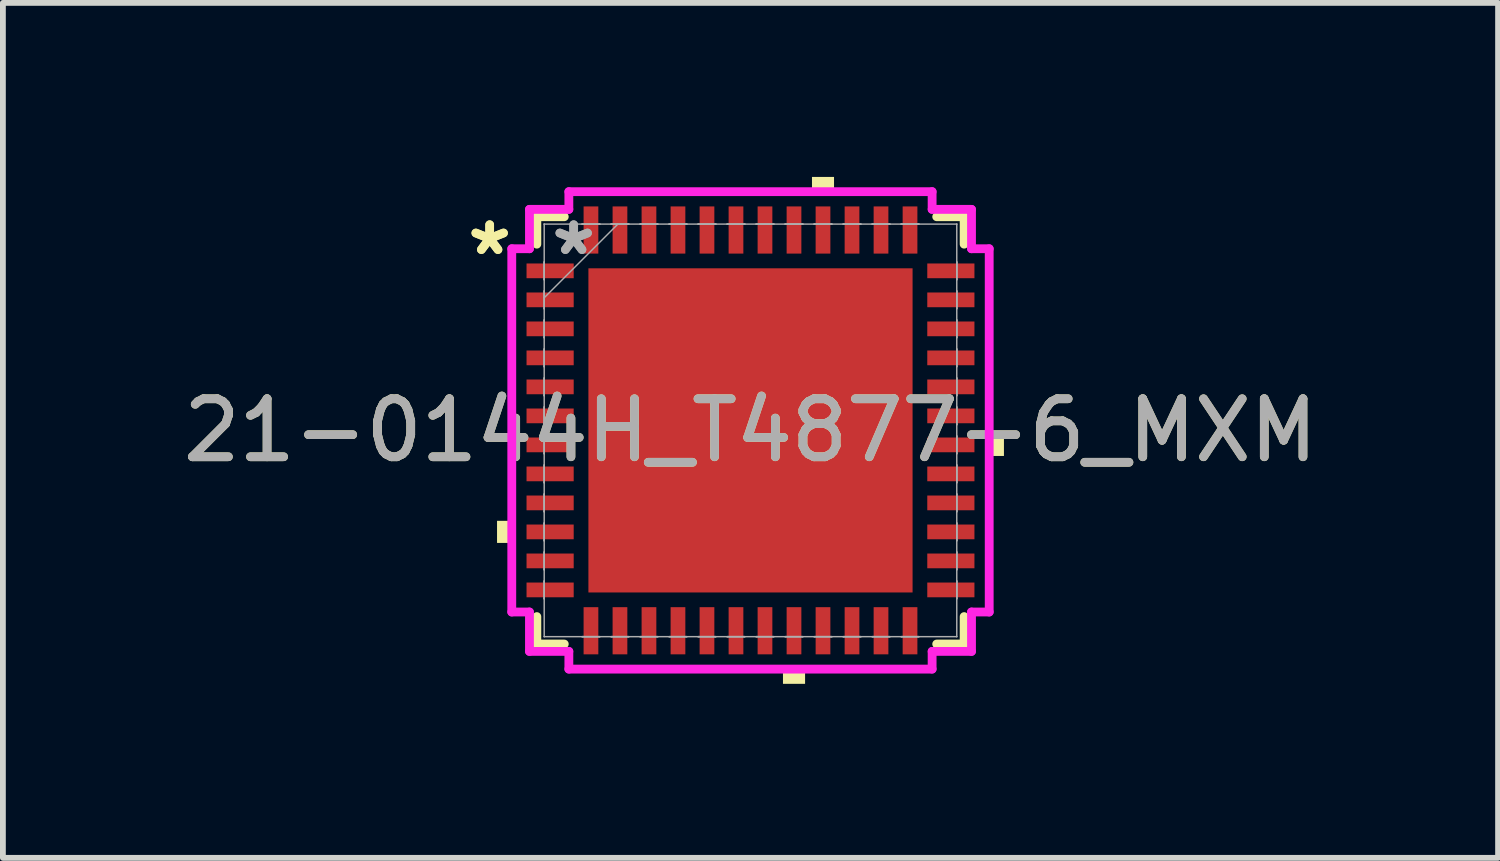
<source format=kicad_pcb>
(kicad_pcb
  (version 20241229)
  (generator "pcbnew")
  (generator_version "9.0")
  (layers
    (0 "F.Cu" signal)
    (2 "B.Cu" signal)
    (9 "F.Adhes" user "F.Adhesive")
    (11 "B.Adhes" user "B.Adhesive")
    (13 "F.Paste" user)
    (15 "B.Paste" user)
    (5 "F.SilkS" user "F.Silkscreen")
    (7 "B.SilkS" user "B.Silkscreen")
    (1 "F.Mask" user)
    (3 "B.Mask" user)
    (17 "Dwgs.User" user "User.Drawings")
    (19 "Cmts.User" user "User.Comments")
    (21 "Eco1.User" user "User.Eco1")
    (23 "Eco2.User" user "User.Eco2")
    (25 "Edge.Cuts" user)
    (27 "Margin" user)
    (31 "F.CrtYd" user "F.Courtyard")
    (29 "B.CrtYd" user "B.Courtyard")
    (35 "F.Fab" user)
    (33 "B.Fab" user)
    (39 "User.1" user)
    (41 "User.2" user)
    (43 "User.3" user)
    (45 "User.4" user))
  (footprint "21-0144H_T4877-6_MXM"
    (layer "F.Cu")
    (at 9.887 4.369)
    (property "Reference" "21-0144H_T4877-6_MXM" (at 0 0 0) (unlocked yes) (layer "F.SilkS") (effects (font (size 1 1) (thickness 0.15))))
    (attr smd)
    (fp_line (start -3.683 -3.683) (end -3.683 -3.21) (stroke (width 0.152) (type solid)) (layer "F.SilkS"))
    (fp_line (start -3.683 3.21) (end -3.683 3.683) (stroke (width 0.152) (type solid)) (layer "F.SilkS"))
    (fp_line (start -3.683 3.683) (end -3.21 3.683) (stroke (width 0.152) (type solid)) (layer "F.SilkS"))
    (fp_line (start -3.21 -3.683) (end -3.683 -3.683) (stroke (width 0.152) (type solid)) (layer "F.SilkS"))
    (fp_line (start 3.21 3.683) (end 3.683 3.683) (stroke (width 0.152) (type solid)) (layer "F.SilkS"))
    (fp_line (start 3.683 -3.683) (end 3.21 -3.683) (stroke (width 0.152) (type solid)) (layer "F.SilkS"))
    (fp_line (start 3.683 -3.21) (end 3.683 -3.683) (stroke (width 0.152) (type solid)) (layer "F.SilkS"))
    (fp_line (start 3.683 3.683) (end 3.683 3.21) (stroke (width 0.152) (type solid)) (layer "F.SilkS"))
    (fp_poly (pts (xy -4.369 1.559) (xy -4.369 1.94) (xy -4.115 1.94) (xy -4.115 1.559)) (stroke (width 0) (type solid)) (fill yes) (layer "F.SilkS"))
    (fp_poly (pts (xy 0.56 4.115) (xy 0.56 4.369) (xy 0.941 4.369) (xy 0.941 4.115)) (stroke (width 0) (type solid)) (fill yes) (layer "F.SilkS"))
    (fp_poly (pts (xy 1.06 -4.115) (xy 1.06 -4.369) (xy 1.44 -4.369) (xy 1.44 -4.115)) (stroke (width 0) (type solid)) (fill yes) (layer "F.SilkS"))
    (fp_poly (pts (xy 4.369 0.059) (xy 4.369 0.441) (xy 4.115 0.441) (xy 4.115 0.059)) (stroke (width 0) (type solid)) (fill yes) (layer "F.SilkS"))
    (fp_poly (pts (xy -2.694 -2.694) (xy -2.694 -1.497) (xy -1.497 -1.497) (xy -1.497 -2.694)) (stroke (width 0) (type solid)) (fill yes) (layer "F.Paste"))
    (fp_poly (pts (xy -2.694 -1.297) (xy -2.694 -0.1) (xy -1.497 -0.1) (xy -1.497 -1.297)) (stroke (width 0) (type solid)) (fill yes) (layer "F.Paste"))
    (fp_poly (pts (xy -2.694 0.1) (xy -2.694 1.297) (xy -1.497 1.297) (xy -1.497 0.1)) (stroke (width 0) (type solid)) (fill yes) (layer "F.Paste"))
    (fp_poly (pts (xy -2.694 1.497) (xy -2.694 2.694) (xy -1.497 2.694) (xy -1.497 1.497)) (stroke (width 0) (type solid)) (fill yes) (layer "F.Paste"))
    (fp_poly (pts (xy -1.297 -2.694) (xy -1.297 -1.497) (xy -0.1 -1.497) (xy -0.1 -2.694)) (stroke (width 0) (type solid)) (fill yes) (layer "F.Paste"))
    (fp_poly (pts (xy -1.297 -1.297) (xy -1.297 -0.1) (xy -0.1 -0.1) (xy -0.1 -1.297)) (stroke (width 0) (type solid)) (fill yes) (layer "F.Paste"))
    (fp_poly (pts (xy -1.297 0.1) (xy -1.297 1.297) (xy -0.1 1.297) (xy -0.1 0.1)) (stroke (width 0) (type solid)) (fill yes) (layer "F.Paste"))
    (fp_poly (pts (xy -1.297 1.497) (xy -1.297 2.694) (xy -0.1 2.694) (xy -0.1 1.497)) (stroke (width 0) (type solid)) (fill yes) (layer "F.Paste"))
    (fp_poly (pts (xy 0.1 -2.694) (xy 0.1 -1.497) (xy 1.297 -1.497) (xy 1.297 -2.694)) (stroke (width 0) (type solid)) (fill yes) (layer "F.Paste"))
    (fp_poly (pts (xy 0.1 -1.297) (xy 0.1 -0.1) (xy 1.297 -0.1) (xy 1.297 -1.297)) (stroke (width 0) (type solid)) (fill yes) (layer "F.Paste"))
    (fp_poly (pts (xy 0.1 0.1) (xy 0.1 1.297) (xy 1.297 1.297) (xy 1.297 0.1)) (stroke (width 0) (type solid)) (fill yes) (layer "F.Paste"))
    (fp_poly (pts (xy 0.1 1.497) (xy 0.1 2.694) (xy 1.297 2.694) (xy 1.297 1.497)) (stroke (width 0) (type solid)) (fill yes) (layer "F.Paste"))
    (fp_poly (pts (xy 1.497 -2.694) (xy 1.497 -1.497) (xy 2.694 -1.497) (xy 2.694 -2.694)) (stroke (width 0) (type solid)) (fill yes) (layer "F.Paste"))
    (fp_poly (pts (xy 1.497 -1.297) (xy 1.497 -0.1) (xy 2.694 -0.1) (xy 2.694 -1.297)) (stroke (width 0) (type solid)) (fill yes) (layer "F.Paste"))
    (fp_poly (pts (xy 1.497 0.1) (xy 1.497 1.297) (xy 2.694 1.297) (xy 2.694 0.1)) (stroke (width 0) (type solid)) (fill yes) (layer "F.Paste"))
    (fp_poly (pts (xy 1.497 1.497) (xy 1.497 2.694) (xy 2.694 2.694) (xy 2.694 1.497)) (stroke (width 0) (type solid)) (fill yes) (layer "F.Paste"))
    (fp_line (start -4.115 -3.131) (end -3.81 -3.131) (stroke (width 0.152) (type solid)) (layer "F.CrtYd"))
    (fp_line (start -4.115 3.131) (end -4.115 -3.131) (stroke (width 0.152) (type solid)) (layer "F.CrtYd"))
    (fp_line (start -3.81 -3.81) (end -3.131 -3.81) (stroke (width 0.152) (type solid)) (layer "F.CrtYd"))
    (fp_line (start -3.81 -3.131) (end -3.81 -3.81) (stroke (width 0.152) (type solid)) (layer "F.CrtYd"))
    (fp_line (start -3.81 3.131) (end -4.115 3.131) (stroke (width 0.152) (type solid)) (layer "F.CrtYd"))
    (fp_line (start -3.81 3.81) (end -3.81 3.131) (stroke (width 0.152) (type solid)) (layer "F.CrtYd"))
    (fp_line (start -3.131 -4.115) (end 3.131 -4.115) (stroke (width 0.152) (type solid)) (layer "F.CrtYd"))
    (fp_line (start -3.131 -3.81) (end -3.131 -4.115) (stroke (width 0.152) (type solid)) (layer "F.CrtYd"))
    (fp_line (start -3.131 3.81) (end -3.81 3.81) (stroke (width 0.152) (type solid)) (layer "F.CrtYd"))
    (fp_line (start -3.131 4.115) (end -3.131 3.81) (stroke (width 0.152) (type solid)) (layer "F.CrtYd"))
    (fp_line (start 3.131 -4.115) (end 3.131 -3.81) (stroke (width 0.152) (type solid)) (layer "F.CrtYd"))
    (fp_line (start 3.131 -3.81) (end 3.81 -3.81) (stroke (width 0.152) (type solid)) (layer "F.CrtYd"))
    (fp_line (start 3.131 3.81) (end 3.131 4.115) (stroke (width 0.152) (type solid)) (layer "F.CrtYd"))
    (fp_line (start 3.131 4.115) (end -3.131 4.115) (stroke (width 0.152) (type solid)) (layer "F.CrtYd"))
    (fp_line (start 3.81 -3.81) (end 3.81 -3.131) (stroke (width 0.152) (type solid)) (layer "F.CrtYd"))
    (fp_line (start 3.81 -3.131) (end 4.115 -3.131) (stroke (width 0.152) (type solid)) (layer "F.CrtYd"))
    (fp_line (start 3.81 3.131) (end 3.81 3.81) (stroke (width 0.152) (type solid)) (layer "F.CrtYd"))
    (fp_line (start 3.81 3.81) (end 3.131 3.81) (stroke (width 0.152) (type solid)) (layer "F.CrtYd"))
    (fp_line (start 4.115 -3.131) (end 4.115 3.131) (stroke (width 0.152) (type solid)) (layer "F.CrtYd"))
    (fp_line (start 4.115 3.131) (end 3.81 3.131) (stroke (width 0.152) (type solid)) (layer "F.CrtYd"))
    (fp_line (start -3.556 -3.556) (end -3.556 -3.556) (stroke (width 0.025) (type solid)) (layer "F.Fab"))
    (fp_line (start -3.556 -3.556) (end -3.556 3.556) (stroke (width 0.025) (type solid)) (layer "F.Fab"))
    (fp_line (start -3.556 -2.902) (end -3.556 -2.902) (stroke (width 0.025) (type solid)) (layer "F.Fab"))
    (fp_line (start -3.556 -2.902) (end -3.556 -2.598) (stroke (width 0.025) (type solid)) (layer "F.Fab"))
    (fp_line (start -3.556 -2.598) (end -3.556 -2.902) (stroke (width 0.025) (type solid)) (layer "F.Fab"))
    (fp_line (start -3.556 -2.598) (end -3.556 -2.598) (stroke (width 0.025) (type solid)) (layer "F.Fab"))
    (fp_line (start -3.556 -2.402) (end -3.556 -2.402) (stroke (width 0.025) (type solid)) (layer "F.Fab"))
    (fp_line (start -3.556 -2.402) (end -3.556 -2.098) (stroke (width 0.025) (type solid)) (layer "F.Fab"))
    (fp_line (start -3.556 -2.286) (end -2.286 -3.556) (stroke (width 0.025) (type solid)) (layer "F.Fab"))
    (fp_line (start -3.556 -2.098) (end -3.556 -2.402) (stroke (width 0.025) (type solid)) (layer "F.Fab"))
    (fp_line (start -3.556 -2.098) (end -3.556 -2.098) (stroke (width 0.025) (type solid)) (layer "F.Fab"))
    (fp_line (start -3.556 -1.902) (end -3.556 -1.902) (stroke (width 0.025) (type solid)) (layer "F.Fab"))
    (fp_line (start -3.556 -1.902) (end -3.556 -1.598) (stroke (width 0.025) (type solid)) (layer "F.Fab"))
    (fp_line (start -3.556 -1.598) (end -3.556 -1.902) (stroke (width 0.025) (type solid)) (layer "F.Fab"))
    (fp_line (start -3.556 -1.598) (end -3.556 -1.598) (stroke (width 0.025) (type solid)) (layer "F.Fab"))
    (fp_line (start -3.556 -1.402) (end -3.556 -1.402) (stroke (width 0.025) (type solid)) (layer "F.Fab"))
    (fp_line (start -3.556 -1.402) (end -3.556 -1.098) (stroke (width 0.025) (type solid)) (layer "F.Fab"))
    (fp_line (start -3.556 -1.098) (end -3.556 -1.402) (stroke (width 0.025) (type solid)) (layer "F.Fab"))
    (fp_line (start -3.556 -1.098) (end -3.556 -1.098) (stroke (width 0.025) (type solid)) (layer "F.Fab"))
    (fp_line (start -3.556 -0.902) (end -3.556 -0.902) (stroke (width 0.025) (type solid)) (layer "F.Fab"))
    (fp_line (start -3.556 -0.902) (end -3.556 -0.598) (stroke (width 0.025) (type solid)) (layer "F.Fab"))
    (fp_line (start -3.556 -0.598) (end -3.556 -0.902) (stroke (width 0.025) (type solid)) (layer "F.Fab"))
    (fp_line (start -3.556 -0.598) (end -3.556 -0.598) (stroke (width 0.025) (type solid)) (layer "F.Fab"))
    (fp_line (start -3.556 -0.402) (end -3.556 -0.402) (stroke (width 0.025) (type solid)) (layer "F.Fab"))
    (fp_line (start -3.556 -0.402) (end -3.556 -0.098) (stroke (width 0.025) (type solid)) (layer "F.Fab"))
    (fp_line (start -3.556 -0.098) (end -3.556 -0.402) (stroke (width 0.025) (type solid)) (layer "F.Fab"))
    (fp_line (start -3.556 -0.098) (end -3.556 -0.098) (stroke (width 0.025) (type solid)) (layer "F.Fab"))
    (fp_line (start -3.556 0.098) (end -3.556 0.098) (stroke (width 0.025) (type solid)) (layer "F.Fab"))
    (fp_line (start -3.556 0.098) (end -3.556 0.402) (stroke (width 0.025) (type solid)) (layer "F.Fab"))
    (fp_line (start -3.556 0.402) (end -3.556 0.098) (stroke (width 0.025) (type solid)) (layer "F.Fab"))
    (fp_line (start -3.556 0.402) (end -3.556 0.402) (stroke (width 0.025) (type solid)) (layer "F.Fab"))
    (fp_line (start -3.556 0.598) (end -3.556 0.598) (stroke (width 0.025) (type solid)) (layer "F.Fab"))
    (fp_line (start -3.556 0.598) (end -3.556 0.902) (stroke (width 0.025) (type solid)) (layer "F.Fab"))
    (fp_line (start -3.556 0.902) (end -3.556 0.598) (stroke (width 0.025) (type solid)) (layer "F.Fab"))
    (fp_line (start -3.556 0.902) (end -3.556 0.902) (stroke (width 0.025) (type solid)) (layer "F.Fab"))
    (fp_line (start -3.556 1.098) (end -3.556 1.098) (stroke (width 0.025) (type solid)) (layer "F.Fab"))
    (fp_line (start -3.556 1.098) (end -3.556 1.402) (stroke (width 0.025) (type solid)) (layer "F.Fab"))
    (fp_line (start -3.556 1.402) (end -3.556 1.098) (stroke (width 0.025) (type solid)) (layer "F.Fab"))
    (fp_line (start -3.556 1.402) (end -3.556 1.402) (stroke (width 0.025) (type solid)) (layer "F.Fab"))
    (fp_line (start -3.556 1.598) (end -3.556 1.598) (stroke (width 0.025) (type solid)) (layer "F.Fab"))
    (fp_line (start -3.556 1.598) (end -3.556 1.902) (stroke (width 0.025) (type solid)) (layer "F.Fab"))
    (fp_line (start -3.556 1.902) (end -3.556 1.598) (stroke (width 0.025) (type solid)) (layer "F.Fab"))
    (fp_line (start -3.556 1.902) (end -3.556 1.902) (stroke (width 0.025) (type solid)) (layer "F.Fab"))
    (fp_line (start -3.556 2.098) (end -3.556 2.098) (stroke (width 0.025) (type solid)) (layer "F.Fab"))
    (fp_line (start -3.556 2.098) (end -3.556 2.402) (stroke (width 0.025) (type solid)) (layer "F.Fab"))
    (fp_line (start -3.556 2.402) (end -3.556 2.098) (stroke (width 0.025) (type solid)) (layer "F.Fab"))
    (fp_line (start -3.556 2.402) (end -3.556 2.402) (stroke (width 0.025) (type solid)) (layer "F.Fab"))
    (fp_line (start -3.556 2.598) (end -3.556 2.598) (stroke (width 0.025) (type solid)) (layer "F.Fab"))
    (fp_line (start -3.556 2.598) (end -3.556 2.902) (stroke (width 0.025) (type solid)) (layer "F.Fab"))
    (fp_line (start -3.556 2.902) (end -3.556 2.598) (stroke (width 0.025) (type solid)) (layer "F.Fab"))
    (fp_line (start -3.556 2.902) (end -3.556 2.902) (stroke (width 0.025) (type solid)) (layer "F.Fab"))
    (fp_line (start -3.556 3.556) (end -3.556 3.556) (stroke (width 0.025) (type solid)) (layer "F.Fab"))
    (fp_line (start -3.556 3.556) (end 3.556 3.556) (stroke (width 0.025) (type solid)) (layer "F.Fab"))
    (fp_line (start -2.902 -3.556) (end -2.902 -3.556) (stroke (width 0.025) (type solid)) (layer "F.Fab"))
    (fp_line (start -2.902 -3.556) (end -2.598 -3.556) (stroke (width 0.025) (type solid)) (layer "F.Fab"))
    (fp_line (start -2.902 3.556) (end -2.902 3.556) (stroke (width 0.025) (type solid)) (layer "F.Fab"))
    (fp_line (start -2.902 3.556) (end -2.598 3.556) (stroke (width 0.025) (type solid)) (layer "F.Fab"))
    (fp_line (start -2.598 -3.556) (end -2.902 -3.556) (stroke (width 0.025) (type solid)) (layer "F.Fab"))
    (fp_line (start -2.598 -3.556) (end -2.598 -3.556) (stroke (width 0.025) (type solid)) (layer "F.Fab"))
    (fp_line (start -2.598 3.556) (end -2.902 3.556) (stroke (width 0.025) (type solid)) (layer "F.Fab"))
    (fp_line (start -2.598 3.556) (end -2.598 3.556) (stroke (width 0.025) (type solid)) (layer "F.Fab"))
    (fp_line (start -2.402 -3.556) (end -2.402 -3.556) (stroke (width 0.025) (type solid)) (layer "F.Fab"))
    (fp_line (start -2.402 -3.556) (end -2.098 -3.556) (stroke (width 0.025) (type solid)) (layer "F.Fab"))
    (fp_line (start -2.402 3.556) (end -2.402 3.556) (stroke (width 0.025) (type solid)) (layer "F.Fab"))
    (fp_line (start -2.402 3.556) (end -2.098 3.556) (stroke (width 0.025) (type solid)) (layer "F.Fab"))
    (fp_line (start -2.098 -3.556) (end -2.402 -3.556) (stroke (width 0.025) (type solid)) (layer "F.Fab"))
    (fp_line (start -2.098 -3.556) (end -2.098 -3.556) (stroke (width 0.025) (type solid)) (layer "F.Fab"))
    (fp_line (start -2.098 3.556) (end -2.402 3.556) (stroke (width 0.025) (type solid)) (layer "F.Fab"))
    (fp_line (start -2.098 3.556) (end -2.098 3.556) (stroke (width 0.025) (type solid)) (layer "F.Fab"))
    (fp_line (start -1.902 -3.556) (end -1.902 -3.556) (stroke (width 0.025) (type solid)) (layer "F.Fab"))
    (fp_line (start -1.902 -3.556) (end -1.598 -3.556) (stroke (width 0.025) (type solid)) (layer "F.Fab"))
    (fp_line (start -1.902 3.556) (end -1.902 3.556) (stroke (width 0.025) (type solid)) (layer "F.Fab"))
    (fp_line (start -1.902 3.556) (end -1.598 3.556) (stroke (width 0.025) (type solid)) (layer "F.Fab"))
    (fp_line (start -1.598 -3.556) (end -1.902 -3.556) (stroke (width 0.025) (type solid)) (layer "F.Fab"))
    (fp_line (start -1.598 -3.556) (end -1.598 -3.556) (stroke (width 0.025) (type solid)) (layer "F.Fab"))
    (fp_line (start -1.598 3.556) (end -1.902 3.556) (stroke (width 0.025) (type solid)) (layer "F.Fab"))
    (fp_line (start -1.598 3.556) (end -1.598 3.556) (stroke (width 0.025) (type solid)) (layer "F.Fab"))
    (fp_line (start -1.402 -3.556) (end -1.402 -3.556) (stroke (width 0.025) (type solid)) (layer "F.Fab"))
    (fp_line (start -1.402 -3.556) (end -1.098 -3.556) (stroke (width 0.025) (type solid)) (layer "F.Fab"))
    (fp_line (start -1.402 3.556) (end -1.402 3.556) (stroke (width 0.025) (type solid)) (layer "F.Fab"))
    (fp_line (start -1.402 3.556) (end -1.098 3.556) (stroke (width 0.025) (type solid)) (layer "F.Fab"))
    (fp_line (start -1.098 -3.556) (end -1.402 -3.556) (stroke (width 0.025) (type solid)) (layer "F.Fab"))
    (fp_line (start -1.098 -3.556) (end -1.098 -3.556) (stroke (width 0.025) (type solid)) (layer "F.Fab"))
    (fp_line (start -1.098 3.556) (end -1.402 3.556) (stroke (width 0.025) (type solid)) (layer "F.Fab"))
    (fp_line (start -1.098 3.556) (end -1.098 3.556) (stroke (width 0.025) (type solid)) (layer "F.Fab"))
    (fp_line (start -0.902 -3.556) (end -0.902 -3.556) (stroke (width 0.025) (type solid)) (layer "F.Fab"))
    (fp_line (start -0.902 -3.556) (end -0.598 -3.556) (stroke (width 0.025) (type solid)) (layer "F.Fab"))
    (fp_line (start -0.902 3.556) (end -0.902 3.556) (stroke (width 0.025) (type solid)) (layer "F.Fab"))
    (fp_line (start -0.902 3.556) (end -0.598 3.556) (stroke (width 0.025) (type solid)) (layer "F.Fab"))
    (fp_line (start -0.598 -3.556) (end -0.902 -3.556) (stroke (width 0.025) (type solid)) (layer "F.Fab"))
    (fp_line (start -0.598 -3.556) (end -0.598 -3.556) (stroke (width 0.025) (type solid)) (layer "F.Fab"))
    (fp_line (start -0.598 3.556) (end -0.902 3.556) (stroke (width 0.025) (type solid)) (layer "F.Fab"))
    (fp_line (start -0.598 3.556) (end -0.598 3.556) (stroke (width 0.025) (type solid)) (layer "F.Fab"))
    (fp_line (start -0.402 -3.556) (end -0.402 -3.556) (stroke (width 0.025) (type solid)) (layer "F.Fab"))
    (fp_line (start -0.402 -3.556) (end -0.098 -3.556) (stroke (width 0.025) (type solid)) (layer "F.Fab"))
    (fp_line (start -0.402 3.556) (end -0.402 3.556) (stroke (width 0.025) (type solid)) (layer "F.Fab"))
    (fp_line (start -0.402 3.556) (end -0.098 3.556) (stroke (width 0.025) (type solid)) (layer "F.Fab"))
    (fp_line (start -0.098 -3.556) (end -0.402 -3.556) (stroke (width 0.025) (type solid)) (layer "F.Fab"))
    (fp_line (start -0.098 -3.556) (end -0.098 -3.556) (stroke (width 0.025) (type solid)) (layer "F.Fab"))
    (fp_line (start -0.098 3.556) (end -0.402 3.556) (stroke (width 0.025) (type solid)) (layer "F.Fab"))
    (fp_line (start -0.098 3.556) (end -0.098 3.556) (stroke (width 0.025) (type solid)) (layer "F.Fab"))
    (fp_line (start 0.098 -3.556) (end 0.098 -3.556) (stroke (width 0.025) (type solid)) (layer "F.Fab"))
    (fp_line (start 0.098 -3.556) (end 0.402 -3.556) (stroke (width 0.025) (type solid)) (layer "F.Fab"))
    (fp_line (start 0.098 3.556) (end 0.098 3.556) (stroke (width 0.025) (type solid)) (layer "F.Fab"))
    (fp_line (start 0.098 3.556) (end 0.402 3.556) (stroke (width 0.025) (type solid)) (layer "F.Fab"))
    (fp_line (start 0.402 -3.556) (end 0.098 -3.556) (stroke (width 0.025) (type solid)) (layer "F.Fab"))
    (fp_line (start 0.402 -3.556) (end 0.402 -3.556) (stroke (width 0.025) (type solid)) (layer "F.Fab"))
    (fp_line (start 0.402 3.556) (end 0.098 3.556) (stroke (width 0.025) (type solid)) (layer "F.Fab"))
    (fp_line (start 0.402 3.556) (end 0.402 3.556) (stroke (width 0.025) (type solid)) (layer "F.Fab"))
    (fp_line (start 0.598 -3.556) (end 0.598 -3.556) (stroke (width 0.025) (type solid)) (layer "F.Fab"))
    (fp_line (start 0.598 -3.556) (end 0.902 -3.556) (stroke (width 0.025) (type solid)) (layer "F.Fab"))
    (fp_line (start 0.598 3.556) (end 0.598 3.556) (stroke (width 0.025) (type solid)) (layer "F.Fab"))
    (fp_line (start 0.598 3.556) (end 0.902 3.556) (stroke (width 0.025) (type solid)) (layer "F.Fab"))
    (fp_line (start 0.902 -3.556) (end 0.598 -3.556) (stroke (width 0.025) (type solid)) (layer "F.Fab"))
    (fp_line (start 0.902 -3.556) (end 0.902 -3.556) (stroke (width 0.025) (type solid)) (layer "F.Fab"))
    (fp_line (start 0.902 3.556) (end 0.598 3.556) (stroke (width 0.025) (type solid)) (layer "F.Fab"))
    (fp_line (start 0.902 3.556) (end 0.902 3.556) (stroke (width 0.025) (type solid)) (layer "F.Fab"))
    (fp_line (start 1.098 -3.556) (end 1.098 -3.556) (stroke (width 0.025) (type solid)) (layer "F.Fab"))
    (fp_line (start 1.098 -3.556) (end 1.402 -3.556) (stroke (width 0.025) (type solid)) (layer "F.Fab"))
    (fp_line (start 1.098 3.556) (end 1.098 3.556) (stroke (width 0.025) (type solid)) (layer "F.Fab"))
    (fp_line (start 1.098 3.556) (end 1.402 3.556) (stroke (width 0.025) (type solid)) (layer "F.Fab"))
    (fp_line (start 1.402 -3.556) (end 1.098 -3.556) (stroke (width 0.025) (type solid)) (layer "F.Fab"))
    (fp_line (start 1.402 -3.556) (end 1.402 -3.556) (stroke (width 0.025) (type solid)) (layer "F.Fab"))
    (fp_line (start 1.402 3.556) (end 1.098 3.556) (stroke (width 0.025) (type solid)) (layer "F.Fab"))
    (fp_line (start 1.402 3.556) (end 1.402 3.556) (stroke (width 0.025) (type solid)) (layer "F.Fab"))
    (fp_line (start 1.598 -3.556) (end 1.598 -3.556) (stroke (width 0.025) (type solid)) (layer "F.Fab"))
    (fp_line (start 1.598 -3.556) (end 1.902 -3.556) (stroke (width 0.025) (type solid)) (layer "F.Fab"))
    (fp_line (start 1.598 3.556) (end 1.598 3.556) (stroke (width 0.025) (type solid)) (layer "F.Fab"))
    (fp_line (start 1.598 3.556) (end 1.902 3.556) (stroke (width 0.025) (type solid)) (layer "F.Fab"))
    (fp_line (start 1.902 -3.556) (end 1.598 -3.556) (stroke (width 0.025) (type solid)) (layer "F.Fab"))
    (fp_line (start 1.902 -3.556) (end 1.902 -3.556) (stroke (width 0.025) (type solid)) (layer "F.Fab"))
    (fp_line (start 1.902 3.556) (end 1.598 3.556) (stroke (width 0.025) (type solid)) (layer "F.Fab"))
    (fp_line (start 1.902 3.556) (end 1.902 3.556) (stroke (width 0.025) (type solid)) (layer "F.Fab"))
    (fp_line (start 2.098 -3.556) (end 2.098 -3.556) (stroke (width 0.025) (type solid)) (layer "F.Fab"))
    (fp_line (start 2.098 -3.556) (end 2.402 -3.556) (stroke (width 0.025) (type solid)) (layer "F.Fab"))
    (fp_line (start 2.098 3.556) (end 2.098 3.556) (stroke (width 0.025) (type solid)) (layer "F.Fab"))
    (fp_line (start 2.098 3.556) (end 2.402 3.556) (stroke (width 0.025) (type solid)) (layer "F.Fab"))
    (fp_line (start 2.402 -3.556) (end 2.098 -3.556) (stroke (width 0.025) (type solid)) (layer "F.Fab"))
    (fp_line (start 2.402 -3.556) (end 2.402 -3.556) (stroke (width 0.025) (type solid)) (layer "F.Fab"))
    (fp_line (start 2.402 3.556) (end 2.098 3.556) (stroke (width 0.025) (type solid)) (layer "F.Fab"))
    (fp_line (start 2.402 3.556) (end 2.402 3.556) (stroke (width 0.025) (type solid)) (layer "F.Fab"))
    (fp_line (start 2.598 -3.556) (end 2.598 -3.556) (stroke (width 0.025) (type solid)) (layer "F.Fab"))
    (fp_line (start 2.598 -3.556) (end 2.902 -3.556) (stroke (width 0.025) (type solid)) (layer "F.Fab"))
    (fp_line (start 2.598 3.556) (end 2.598 3.556) (stroke (width 0.025) (type solid)) (layer "F.Fab"))
    (fp_line (start 2.598 3.556) (end 2.902 3.556) (stroke (width 0.025) (type solid)) (layer "F.Fab"))
    (fp_line (start 2.902 -3.556) (end 2.598 -3.556) (stroke (width 0.025) (type solid)) (layer "F.Fab"))
    (fp_line (start 2.902 -3.556) (end 2.902 -3.556) (stroke (width 0.025) (type solid)) (layer "F.Fab"))
    (fp_line (start 2.902 3.556) (end 2.598 3.556) (stroke (width 0.025) (type solid)) (layer "F.Fab"))
    (fp_line (start 2.902 3.556) (end 2.902 3.556) (stroke (width 0.025) (type solid)) (layer "F.Fab"))
    (fp_line (start 3.556 -3.556) (end -3.556 -3.556) (stroke (width 0.025) (type solid)) (layer "F.Fab"))
    (fp_line (start 3.556 -3.556) (end 3.556 -3.556) (stroke (width 0.025) (type solid)) (layer "F.Fab"))
    (fp_line (start 3.556 -2.902) (end 3.556 -2.902) (stroke (width 0.025) (type solid)) (layer "F.Fab"))
    (fp_line (start 3.556 -2.902) (end 3.556 -2.598) (stroke (width 0.025) (type solid)) (layer "F.Fab"))
    (fp_line (start 3.556 -2.598) (end 3.556 -2.902) (stroke (width 0.025) (type solid)) (layer "F.Fab"))
    (fp_line (start 3.556 -2.598) (end 3.556 -2.598) (stroke (width 0.025) (type solid)) (layer "F.Fab"))
    (fp_line (start 3.556 -2.402) (end 3.556 -2.402) (stroke (width 0.025) (type solid)) (layer "F.Fab"))
    (fp_line (start 3.556 -2.402) (end 3.556 -2.098) (stroke (width 0.025) (type solid)) (layer "F.Fab"))
    (fp_line (start 3.556 -2.098) (end 3.556 -2.402) (stroke (width 0.025) (type solid)) (layer "F.Fab"))
    (fp_line (start 3.556 -2.098) (end 3.556 -2.098) (stroke (width 0.025) (type solid)) (layer "F.Fab"))
    (fp_line (start 3.556 -1.902) (end 3.556 -1.902) (stroke (width 0.025) (type solid)) (layer "F.Fab"))
    (fp_line (start 3.556 -1.902) (end 3.556 -1.598) (stroke (width 0.025) (type solid)) (layer "F.Fab"))
    (fp_line (start 3.556 -1.598) (end 3.556 -1.902) (stroke (width 0.025) (type solid)) (layer "F.Fab"))
    (fp_line (start 3.556 -1.598) (end 3.556 -1.598) (stroke (width 0.025) (type solid)) (layer "F.Fab"))
    (fp_line (start 3.556 -1.402) (end 3.556 -1.402) (stroke (width 0.025) (type solid)) (layer "F.Fab"))
    (fp_line (start 3.556 -1.402) (end 3.556 -1.098) (stroke (width 0.025) (type solid)) (layer "F.Fab"))
    (fp_line (start 3.556 -1.098) (end 3.556 -1.402) (stroke (width 0.025) (type solid)) (layer "F.Fab"))
    (fp_line (start 3.556 -1.098) (end 3.556 -1.098) (stroke (width 0.025) (type solid)) (layer "F.Fab"))
    (fp_line (start 3.556 -0.902) (end 3.556 -0.902) (stroke (width 0.025) (type solid)) (layer "F.Fab"))
    (fp_line (start 3.556 -0.902) (end 3.556 -0.598) (stroke (width 0.025) (type solid)) (layer "F.Fab"))
    (fp_line (start 3.556 -0.598) (end 3.556 -0.902) (stroke (width 0.025) (type solid)) (layer "F.Fab"))
    (fp_line (start 3.556 -0.598) (end 3.556 -0.598) (stroke (width 0.025) (type solid)) (layer "F.Fab"))
    (fp_line (start 3.556 -0.402) (end 3.556 -0.402) (stroke (width 0.025) (type solid)) (layer "F.Fab"))
    (fp_line (start 3.556 -0.402) (end 3.556 -0.098) (stroke (width 0.025) (type solid)) (layer "F.Fab"))
    (fp_line (start 3.556 -0.098) (end 3.556 -0.402) (stroke (width 0.025) (type solid)) (layer "F.Fab"))
    (fp_line (start 3.556 -0.098) (end 3.556 -0.098) (stroke (width 0.025) (type solid)) (layer "F.Fab"))
    (fp_line (start 3.556 0.098) (end 3.556 0.098) (stroke (width 0.025) (type solid)) (layer "F.Fab"))
    (fp_line (start 3.556 0.098) (end 3.556 0.402) (stroke (width 0.025) (type solid)) (layer "F.Fab"))
    (fp_line (start 3.556 0.402) (end 3.556 0.098) (stroke (width 0.025) (type solid)) (layer "F.Fab"))
    (fp_line (start 3.556 0.402) (end 3.556 0.402) (stroke (width 0.025) (type solid)) (layer "F.Fab"))
    (fp_line (start 3.556 0.598) (end 3.556 0.598) (stroke (width 0.025) (type solid)) (layer "F.Fab"))
    (fp_line (start 3.556 0.598) (end 3.556 0.902) (stroke (width 0.025) (type solid)) (layer "F.Fab"))
    (fp_line (start 3.556 0.902) (end 3.556 0.598) (stroke (width 0.025) (type solid)) (layer "F.Fab"))
    (fp_line (start 3.556 0.902) (end 3.556 0.902) (stroke (width 0.025) (type solid)) (layer "F.Fab"))
    (fp_line (start 3.556 1.098) (end 3.556 1.098) (stroke (width 0.025) (type solid)) (layer "F.Fab"))
    (fp_line (start 3.556 1.098) (end 3.556 1.402) (stroke (width 0.025) (type solid)) (layer "F.Fab"))
    (fp_line (start 3.556 1.402) (end 3.556 1.098) (stroke (width 0.025) (type solid)) (layer "F.Fab"))
    (fp_line (start 3.556 1.402) (end 3.556 1.402) (stroke (width 0.025) (type solid)) (layer "F.Fab"))
    (fp_line (start 3.556 1.598) (end 3.556 1.598) (stroke (width 0.025) (type solid)) (layer "F.Fab"))
    (fp_line (start 3.556 1.598) (end 3.556 1.902) (stroke (width 0.025) (type solid)) (layer "F.Fab"))
    (fp_line (start 3.556 1.902) (end 3.556 1.598) (stroke (width 0.025) (type solid)) (layer "F.Fab"))
    (fp_line (start 3.556 1.902) (end 3.556 1.902) (stroke (width 0.025) (type solid)) (layer "F.Fab"))
    (fp_line (start 3.556 2.098) (end 3.556 2.098) (stroke (width 0.025) (type solid)) (layer "F.Fab"))
    (fp_line (start 3.556 2.098) (end 3.556 2.402) (stroke (width 0.025) (type solid)) (layer "F.Fab"))
    (fp_line (start 3.556 2.402) (end 3.556 2.098) (stroke (width 0.025) (type solid)) (layer "F.Fab"))
    (fp_line (start 3.556 2.402) (end 3.556 2.402) (stroke (width 0.025) (type solid)) (layer "F.Fab"))
    (fp_line (start 3.556 2.598) (end 3.556 2.598) (stroke (width 0.025) (type solid)) (layer "F.Fab"))
    (fp_line (start 3.556 2.598) (end 3.556 2.902) (stroke (width 0.025) (type solid)) (layer "F.Fab"))
    (fp_line (start 3.556 2.902) (end 3.556 2.598) (stroke (width 0.025) (type solid)) (layer "F.Fab"))
    (fp_line (start 3.556 2.902) (end 3.556 2.902) (stroke (width 0.025) (type solid)) (layer "F.Fab"))
    (fp_line (start 3.556 3.556) (end 3.556 -3.556) (stroke (width 0.025) (type solid)) (layer "F.Fab"))
    (fp_line (start 3.556 3.556) (end 3.556 3.556) (stroke (width 0.025) (type solid)) (layer "F.Fab"))
    (fp_text user "*" (at -4.496 -3 0) (unlocked yes) (layer "F.SilkS") (effects (font (size 1 1) (thickness 0.15))))
    (fp_text user "*" (at -4.496 -3 0) (layer "F.SilkS") (effects (font (size 1 1) (thickness 0.15))))
    (fp_text user "*" (at -3.048 -3 0) (unlocked yes) (layer "F.Fab") (effects (font (size 1 1) (thickness 0.15))))
    (fp_text user "${REFERENCE}" (at 0 0 0) (unlocked yes) (layer "F.Fab") (effects (font (size 1 1) (thickness 0.15))))
    (fp_text user "*" (at -3.048 -3 0) (layer "F.Fab") (effects (font (size 1 1) (thickness 0.15))))
    (pad "1" smd rect (at -3.454 -2.75 90) (size 0.254 0.813) (layers "F.Cu" "F.Mask" "F.Paste"))
    (pad "2" smd rect (at -3.454 -2.25 90) (size 0.254 0.813) (layers "F.Cu" "F.Mask" "F.Paste"))
    (pad "3" smd rect (at -3.454 -1.75 90) (size 0.254 0.813) (layers "F.Cu" "F.Mask" "F.Paste"))
    (pad "4" smd rect (at -3.454 -1.25 90) (size 0.254 0.813) (layers "F.Cu" "F.Mask" "F.Paste"))
    (pad "5" smd rect (at -3.454 -0.75 90) (size 0.254 0.813) (layers "F.Cu" "F.Mask" "F.Paste"))
    (pad "6" smd rect (at -3.454 -0.25 90) (size 0.254 0.813) (layers "F.Cu" "F.Mask" "F.Paste"))
    (pad "7" smd rect (at -3.454 0.25 90) (size 0.254 0.813) (layers "F.Cu" "F.Mask" "F.Paste"))
    (pad "8" smd rect (at -3.454 0.75 90) (size 0.254 0.813) (layers "F.Cu" "F.Mask" "F.Paste"))
    (pad "9" smd rect (at -3.454 1.25 90) (size 0.254 0.813) (layers "F.Cu" "F.Mask" "F.Paste"))
    (pad "10" smd rect (at -3.454 1.75 90) (size 0.254 0.813) (layers "F.Cu" "F.Mask" "F.Paste"))
    (pad "11" smd rect (at -3.454 2.25 90) (size 0.254 0.813) (layers "F.Cu" "F.Mask" "F.Paste"))
    (pad "12" smd rect (at -3.454 2.75 90) (size 0.254 0.813) (layers "F.Cu" "F.Mask" "F.Paste"))
    (pad "13" smd rect (at -2.75 3.454) (size 0.254 0.813) (layers "F.Cu" "F.Mask" "F.Paste"))
    (pad "14" smd rect (at -2.25 3.454) (size 0.254 0.813) (layers "F.Cu" "F.Mask" "F.Paste"))
    (pad "15" smd rect (at -1.75 3.454) (size 0.254 0.813) (layers "F.Cu" "F.Mask" "F.Paste"))
    (pad "16" smd rect (at -1.25 3.454) (size 0.254 0.813) (layers "F.Cu" "F.Mask" "F.Paste"))
    (pad "17" smd rect (at -0.75 3.454) (size 0.254 0.813) (layers "F.Cu" "F.Mask" "F.Paste"))
    (pad "18" smd rect (at -0.25 3.454) (size 0.254 0.813) (layers "F.Cu" "F.Mask" "F.Paste"))
    (pad "19" smd rect (at 0.25 3.454) (size 0.254 0.813) (layers "F.Cu" "F.Mask" "F.Paste"))
    (pad "20" smd rect (at 0.75 3.454) (size 0.254 0.813) (layers "F.Cu" "F.Mask" "F.Paste"))
    (pad "21" smd rect (at 1.25 3.454) (size 0.254 0.813) (layers "F.Cu" "F.Mask" "F.Paste"))
    (pad "22" smd rect (at 1.75 3.454) (size 0.254 0.813) (layers "F.Cu" "F.Mask" "F.Paste"))
    (pad "23" smd rect (at 2.25 3.454) (size 0.254 0.813) (layers "F.Cu" "F.Mask" "F.Paste"))
    (pad "24" smd rect (at 2.75 3.454) (size 0.254 0.813) (layers "F.Cu" "F.Mask" "F.Paste"))
    (pad "25" smd rect (at 3.454 2.75 90) (size 0.254 0.813) (layers "F.Cu" "F.Mask" "F.Paste"))
    (pad "26" smd rect (at 3.454 2.25 90) (size 0.254 0.813) (layers "F.Cu" "F.Mask" "F.Paste"))
    (pad "27" smd rect (at 3.454 1.75 90) (size 0.254 0.813) (layers "F.Cu" "F.Mask" "F.Paste"))
    (pad "28" smd rect (at 3.454 1.25 90) (size 0.254 0.813) (layers "F.Cu" "F.Mask" "F.Paste"))
    (pad "29" smd rect (at 3.454 0.75 90) (size 0.254 0.813) (layers "F.Cu" "F.Mask" "F.Paste"))
    (pad "30" smd rect (at 3.454 0.25 90) (size 0.254 0.813) (layers "F.Cu" "F.Mask" "F.Paste"))
    (pad "31" smd rect (at 3.454 -0.25 90) (size 0.254 0.813) (layers "F.Cu" "F.Mask" "F.Paste"))
    (pad "32" smd rect (at 3.454 -0.75 90) (size 0.254 0.813) (layers "F.Cu" "F.Mask" "F.Paste"))
    (pad "33" smd rect (at 3.454 -1.25 90) (size 0.254 0.813) (layers "F.Cu" "F.Mask" "F.Paste"))
    (pad "34" smd rect (at 3.454 -1.75 90) (size 0.254 0.813) (layers "F.Cu" "F.Mask" "F.Paste"))
    (pad "35" smd rect (at 3.454 -2.25 90) (size 0.254 0.813) (layers "F.Cu" "F.Mask" "F.Paste"))
    (pad "36" smd rect (at 3.454 -2.75 90) (size 0.254 0.813) (layers "F.Cu" "F.Mask" "F.Paste"))
    (pad "37" smd rect (at 2.75 -3.454) (size 0.254 0.813) (layers "F.Cu" "F.Mask" "F.Paste"))
    (pad "38" smd rect (at 2.25 -3.454) (size 0.254 0.813) (layers "F.Cu" "F.Mask" "F.Paste"))
    (pad "39" smd rect (at 1.75 -3.454) (size 0.254 0.813) (layers "F.Cu" "F.Mask" "F.Paste"))
    (pad "40" smd rect (at 1.25 -3.454) (size 0.254 0.813) (layers "F.Cu" "F.Mask" "F.Paste"))
    (pad "41" smd rect (at 0.75 -3.454) (size 0.254 0.813) (layers "F.Cu" "F.Mask" "F.Paste"))
    (pad "42" smd rect (at 0.25 -3.454) (size 0.254 0.813) (layers "F.Cu" "F.Mask" "F.Paste"))
    (pad "43" smd rect (at -0.25 -3.454) (size 0.254 0.813) (layers "F.Cu" "F.Mask" "F.Paste"))
    (pad "44" smd rect (at -0.75 -3.454) (size 0.254 0.813) (layers "F.Cu" "F.Mask" "F.Paste"))
    (pad "45" smd rect (at -1.25 -3.454) (size 0.254 0.813) (layers "F.Cu" "F.Mask" "F.Paste"))
    (pad "46" smd rect (at -1.75 -3.454) (size 0.254 0.813) (layers "F.Cu" "F.Mask" "F.Paste"))
    (pad "47" smd rect (at -2.25 -3.454) (size 0.254 0.813) (layers "F.Cu" "F.Mask" "F.Paste"))
    (pad "48" smd rect (at -2.75 -3.454) (size 0.254 0.813) (layers "F.Cu" "F.Mask" "F.Paste"))
    (pad "49" smd rect (at 0 0) (size 5.588 5.588) (layers "F.Cu" "F.Mask" "F.Paste")))
  (gr_rect
    (start -3 -3)
    (end 22.774 11.738)
    (stroke (width 0.1) (type default))
    (fill no)
    (layer "Edge.Cuts")))
</source>
